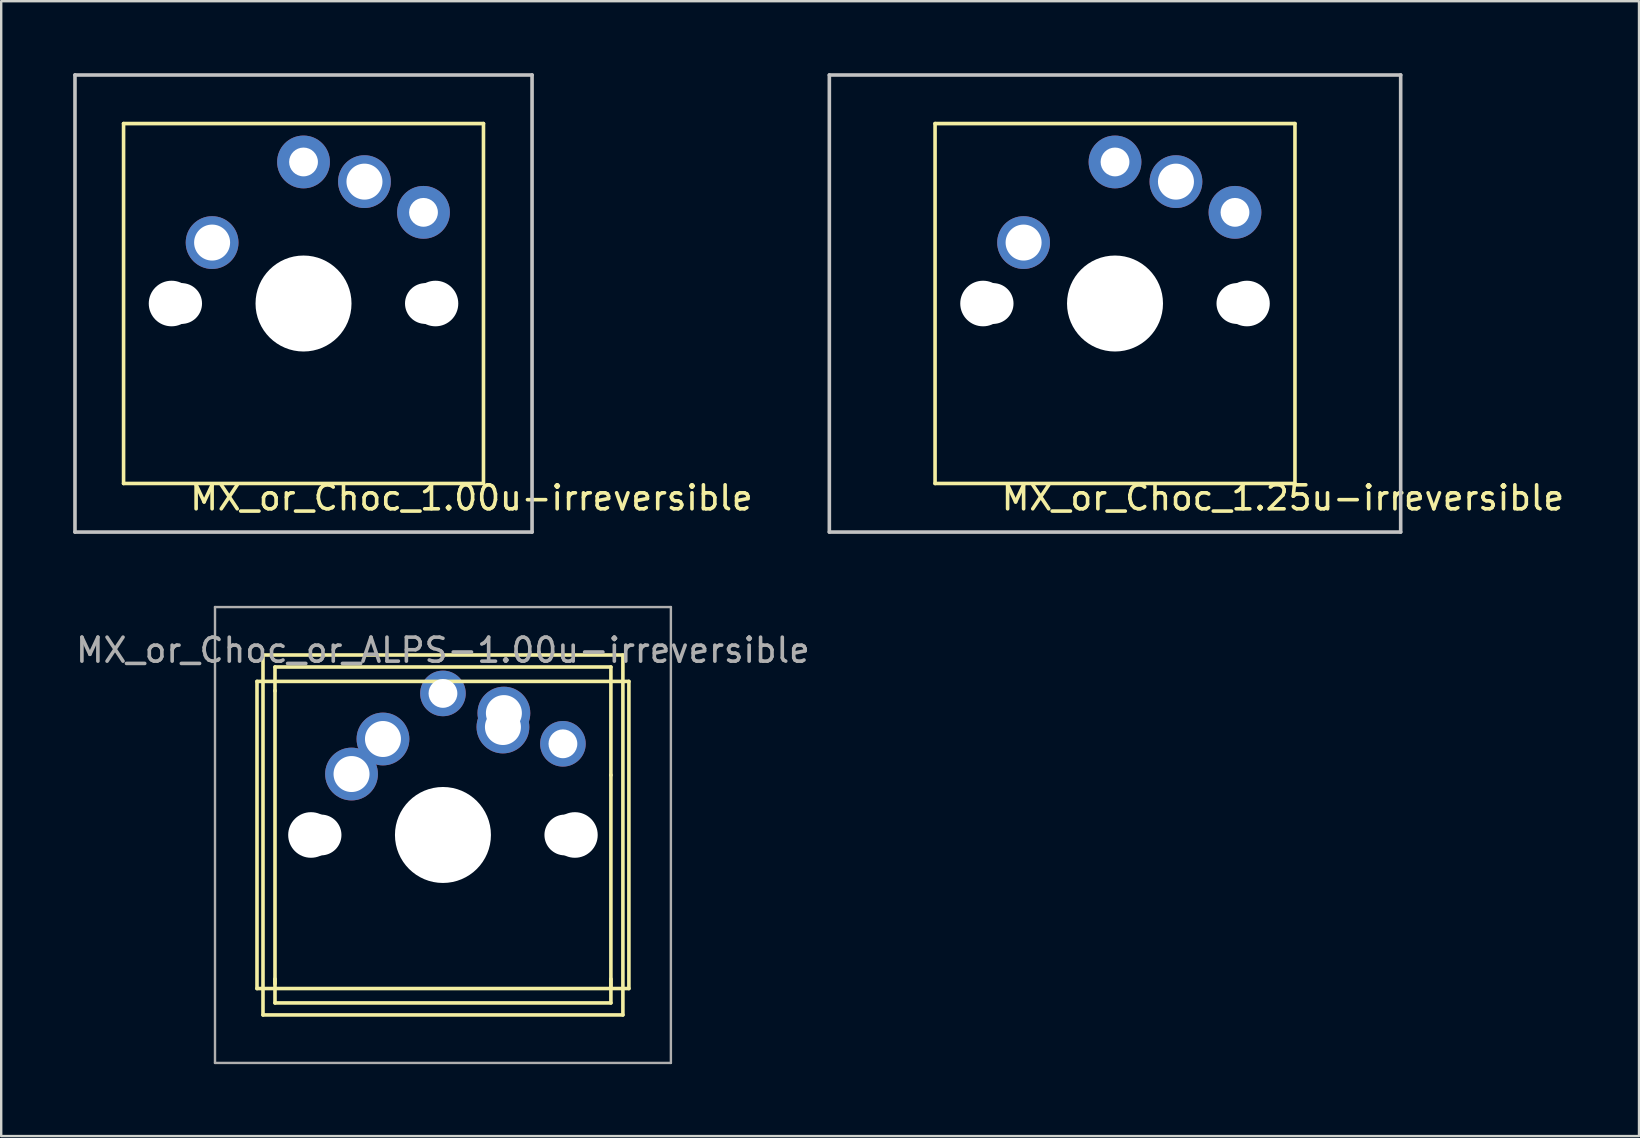
<source format=kicad_pcb>
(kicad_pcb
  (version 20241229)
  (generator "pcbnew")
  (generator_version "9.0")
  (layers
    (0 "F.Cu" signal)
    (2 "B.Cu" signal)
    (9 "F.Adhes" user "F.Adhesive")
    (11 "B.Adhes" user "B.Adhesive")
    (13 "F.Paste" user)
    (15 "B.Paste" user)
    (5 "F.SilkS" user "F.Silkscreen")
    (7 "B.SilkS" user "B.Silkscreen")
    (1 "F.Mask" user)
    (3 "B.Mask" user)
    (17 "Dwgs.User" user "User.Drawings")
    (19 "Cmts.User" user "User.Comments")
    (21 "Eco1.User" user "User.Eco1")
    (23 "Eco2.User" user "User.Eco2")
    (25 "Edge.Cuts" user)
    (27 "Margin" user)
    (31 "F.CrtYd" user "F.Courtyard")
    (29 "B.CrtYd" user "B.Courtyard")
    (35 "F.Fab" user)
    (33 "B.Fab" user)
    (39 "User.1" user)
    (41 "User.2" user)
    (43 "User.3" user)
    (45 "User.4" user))
  (footprint "MX_or_Choc_1.00u-irreversible"
    (layer "F.Cu")
    (at 9.6 9.6)
    (property "Reference" "MX_or_Choc_1.00u-irreversible" (at 7 8.1 0) (layer "F.SilkS") (effects (font (size 1 1) (thickness 0.15))))
    (attr through_hole)
    (fp_line (start -7.5 -7.5) (end 7.5 -7.5) (stroke (width 0.15) (type solid)) (layer "F.SilkS"))
    (fp_line (start -7.5 7.5) (end -7.5 -7.5) (stroke (width 0.15) (type solid)) (layer "F.SilkS"))
    (fp_line (start 7.5 -7.5) (end 7.5 7.5) (stroke (width 0.15) (type solid)) (layer "F.SilkS"))
    (fp_line (start 7.5 7.5) (end -7.5 7.5) (stroke (width 0.15) (type solid)) (layer "F.SilkS"))
    (fp_line (start -9.525 -9.525) (end 9.525 -9.525) (stroke (width 0.15) (type solid)) (layer "Dwgs.User"))
    (fp_line (start -9.525 9.525) (end -9.525 -9.525) (stroke (width 0.15) (type solid)) (layer "Dwgs.User"))
    (fp_line (start 9.525 -9.525) (end 9.525 9.525) (stroke (width 0.15) (type solid)) (layer "Dwgs.User"))
    (fp_line (start 9.525 9.525) (end -9.525 9.525) (stroke (width 0.15) (type solid)) (layer "Dwgs.User"))
    (pad "" np_thru_hole circle (at -5.5 0 90) (size 1.9 1.9) (drill 1.9) (layers "*.Cu" "*.Mask"))
    (pad "" np_thru_hole circle (at -5.08 0) (size 1.7 1.7) (drill 1.7) (layers "*.Cu" "*.Mask"))
    (pad "" np_thru_hole circle (at 0 0 90) (size 4 4) (drill 4) (layers "*.Cu" "*.Mask"))
    (pad "" np_thru_hole circle (at 5.08 0) (size 1.7 1.7) (drill 1.7) (layers "*.Cu" "*.Mask"))
    (pad "" np_thru_hole circle (at 5.5 0 90) (size 1.9 1.9) (drill 1.9) (layers "*.Cu" "*.Mask"))
    (pad "1" thru_hole circle (at -3.81 -2.54 180) (size 2.2 2.2) (drill 1.5) (layers "*.Cu" "*.Mask"))
    (pad "1" thru_hole circle (at 0 -5.9 90) (size 2.2 2.2) (drill 1.2) (layers "*.Cu" "*.Mask"))
    (pad "2" thru_hole circle (at 2.54 -5.08 180) (size 2.2 2.2) (drill 1.5) (layers "*.Cu" "*.Mask"))
    (pad "2" thru_hole circle (at 5 -3.8 270) (size 2.2 2.2) (drill 1.2) (layers "*.Cu" "*.Mask")))
  (footprint "MX_or_Choc_1.25u-irreversible"
    (layer "F.Cu")
    (at 43.421 9.6)
    (property "Reference" "MX_or_Choc_1.25u-irreversible" (at 7 8.1 0) (layer "F.SilkS") (effects (font (size 1 1) (thickness 0.15))))
    (attr through_hole)
    (fp_line (start -7.5 -7.5) (end 7.5 -7.5) (stroke (width 0.15) (type solid)) (layer "F.SilkS"))
    (fp_line (start -7.5 7.5) (end -7.5 -7.5) (stroke (width 0.15) (type solid)) (layer "F.SilkS"))
    (fp_line (start 7.5 -7.5) (end 7.5 7.5) (stroke (width 0.15) (type solid)) (layer "F.SilkS"))
    (fp_line (start 7.5 7.5) (end -7.5 7.5) (stroke (width 0.15) (type solid)) (layer "F.SilkS"))
    (fp_line (start -11.906 -9.525) (end 11.906 -9.525) (stroke (width 0.15) (type solid)) (layer "Dwgs.User"))
    (fp_line (start -11.906 9.525) (end -11.906 -9.525) (stroke (width 0.15) (type solid)) (layer "Dwgs.User"))
    (fp_line (start 11.906 -9.525) (end 11.906 9.525) (stroke (width 0.15) (type solid)) (layer "Dwgs.User"))
    (fp_line (start 11.906 9.525) (end -11.906 9.525) (stroke (width 0.15) (type solid)) (layer "Dwgs.User"))
    (pad "" np_thru_hole circle (at -5.5 0 90) (size 1.9 1.9) (drill 1.9) (layers "*.Cu" "*.Mask"))
    (pad "" np_thru_hole circle (at -5.08 0) (size 1.7 1.7) (drill 1.7) (layers "*.Cu" "*.Mask"))
    (pad "" np_thru_hole circle (at 0 0 90) (size 4 4) (drill 4) (layers "*.Cu" "*.Mask"))
    (pad "" np_thru_hole circle (at 5.08 0) (size 1.7 1.7) (drill 1.7) (layers "*.Cu" "*.Mask"))
    (pad "" np_thru_hole circle (at 5.5 0 90) (size 1.9 1.9) (drill 1.9) (layers "*.Cu" "*.Mask"))
    (pad "1" thru_hole circle (at -3.81 -2.54 180) (size 2.2 2.2) (drill 1.5) (layers "*.Cu" "*.Mask"))
    (pad "1" thru_hole circle (at 0 -5.9 90) (size 2.2 2.2) (drill 1.2) (layers "*.Cu" "*.Mask"))
    (pad "2" thru_hole circle (at 2.54 -5.08 180) (size 2.2 2.2) (drill 1.5) (layers "*.Cu" "*.Mask"))
    (pad "2" thru_hole circle (at 5 -3.8 270) (size 2.2 2.2) (drill 1.2) (layers "*.Cu" "*.Mask")))
  (footprint "MX_or_Choc_or_ALPS-1.00u-irreversible"
    (layer "F.Cu")
    (at 15.411 31.75)
    (property "Reference" "MX_or_Choc_or_ALPS-1.00u-irreversible" (at 0 -7.7 0) (layer "F.Fab") (effects (font (size 1 1) (thickness 0.15))))
    (attr through_hole)
    (fp_line (start -7.75 -6.4) (end 7.75 -6.4) (stroke (width 0.15) (type solid)) (layer "F.SilkS"))
    (fp_line (start -7.75 6.4) (end -7.75 -6.4) (stroke (width 0.15) (type solid)) (layer "F.SilkS"))
    (fp_line (start -7.75 6.4) (end 7.75 6.4) (stroke (width 0.15) (type solid)) (layer "F.SilkS"))
    (fp_line (start -7.5 -7.5) (end -7.5 7.5) (stroke (width 0.15) (type solid)) (layer "F.SilkS"))
    (fp_line (start -7.5 -7.5) (end 7.5 -7.5) (stroke (width 0.15) (type solid)) (layer "F.SilkS"))
    (fp_line (start -7.5 7.5) (end 7.5 7.5) (stroke (width 0.15) (type solid)) (layer "F.SilkS"))
    (fp_line (start -7 -7) (end 7 -7) (stroke (width 0.15) (type solid)) (layer "F.SilkS"))
    (fp_line (start -7 -6.02) (end -7 6.198) (stroke (width 0.15) (type solid)) (layer "F.SilkS"))
    (fp_line (start -7 -6) (end -7 -7) (stroke (width 0.15) (type solid)) (layer "F.SilkS"))
    (fp_line (start -7 7) (end -7 6) (stroke (width 0.15) (type solid)) (layer "F.SilkS"))
    (fp_line (start -7 7) (end 7 7) (stroke (width 0.15) (type solid)) (layer "F.SilkS"))
    (fp_line (start 7 -2.5) (end 7 6.325) (stroke (width 0.15) (type solid)) (layer "F.SilkS"))
    (fp_line (start 7 -2.489) (end 7 -7) (stroke (width 0.15) (type solid)) (layer "F.SilkS"))
    (fp_line (start 7 7) (end 7 6) (stroke (width 0.15) (type solid)) (layer "F.SilkS"))
    (fp_line (start 7.5 -7.5) (end 7.5 7.5) (stroke (width 0.15) (type solid)) (layer "F.SilkS"))
    (fp_line (start 7.75 6.4) (end 7.75 -6.4) (stroke (width 0.15) (type solid)) (layer "F.SilkS"))
    (fp_line (start -9.5 -9.5) (end 9.5 -9.5) (stroke (width 0.1) (type solid)) (layer "F.Fab"))
    (fp_line (start -9.5 9.5) (end -9.5 -9.5) (stroke (width 0.1) (type solid)) (layer "F.Fab"))
    (fp_line (start 9.5 -9.5) (end 9.5 9.5) (stroke (width 0.1) (type solid)) (layer "F.Fab"))
    (fp_line (start 9.5 9.5) (end -9.5 9.5) (stroke (width 0.1) (type solid)) (layer "F.Fab"))
    (pad "" np_thru_hole circle (at -5.5 0) (size 1.9 1.9) (drill 1.9) (layers "*.Cu" "*.Mask"))
    (pad "" np_thru_hole circle (at -5.08 0) (size 1.7 1.7) (drill 1.7) (layers "*.Cu" "*.Mask"))
    (pad "" np_thru_hole circle (at 0 0) (size 4 4) (drill 4) (layers "*.Cu" "*.Mask"))
    (pad "" np_thru_hole circle (at 5.08 0) (size 1.7 1.7) (drill 1.7) (layers "*.Cu" "*.Mask"))
    (pad "" np_thru_hole circle (at 5.5 0) (size 1.9 1.9) (drill 1.9) (layers "*.Cu" "*.Mask"))
    (pad "1" thru_hole circle (at -3.81 -2.54) (size 2.2 2.2) (drill 1.5) (layers "*.Cu" "*.Mask"))
    (pad "1" thru_hole circle (at -2.5 -4) (size 2.2 2.2) (drill 1.5) (layers "*.Cu" "*.Mask"))
    (pad "1" thru_hole circle (at 0 -5.9) (size 1.9 1.9) (drill 1.2) (layers "*.Cu" "*.Mask"))
    (pad "2" thru_hole circle (at 2.5 -4.5) (size 2.2 2.2) (drill 1.5) (layers "*.Cu" "*.Mask"))
    (pad "2" thru_hole circle (at 2.54 -5.08) (size 2.2 2.2) (drill 1.5) (layers "*.Cu" "*.Mask"))
    (pad "2" thru_hole circle (at 5 -3.8) (size 1.9 1.9) (drill 1.2) (layers "*.Cu" "*.Mask")))
  (gr_rect
    (start -3 -3)
    (end 65.26 44.3)
    (stroke (width 0.1) (type default))
    (fill no)
    (layer "Edge.Cuts")))
</source>
